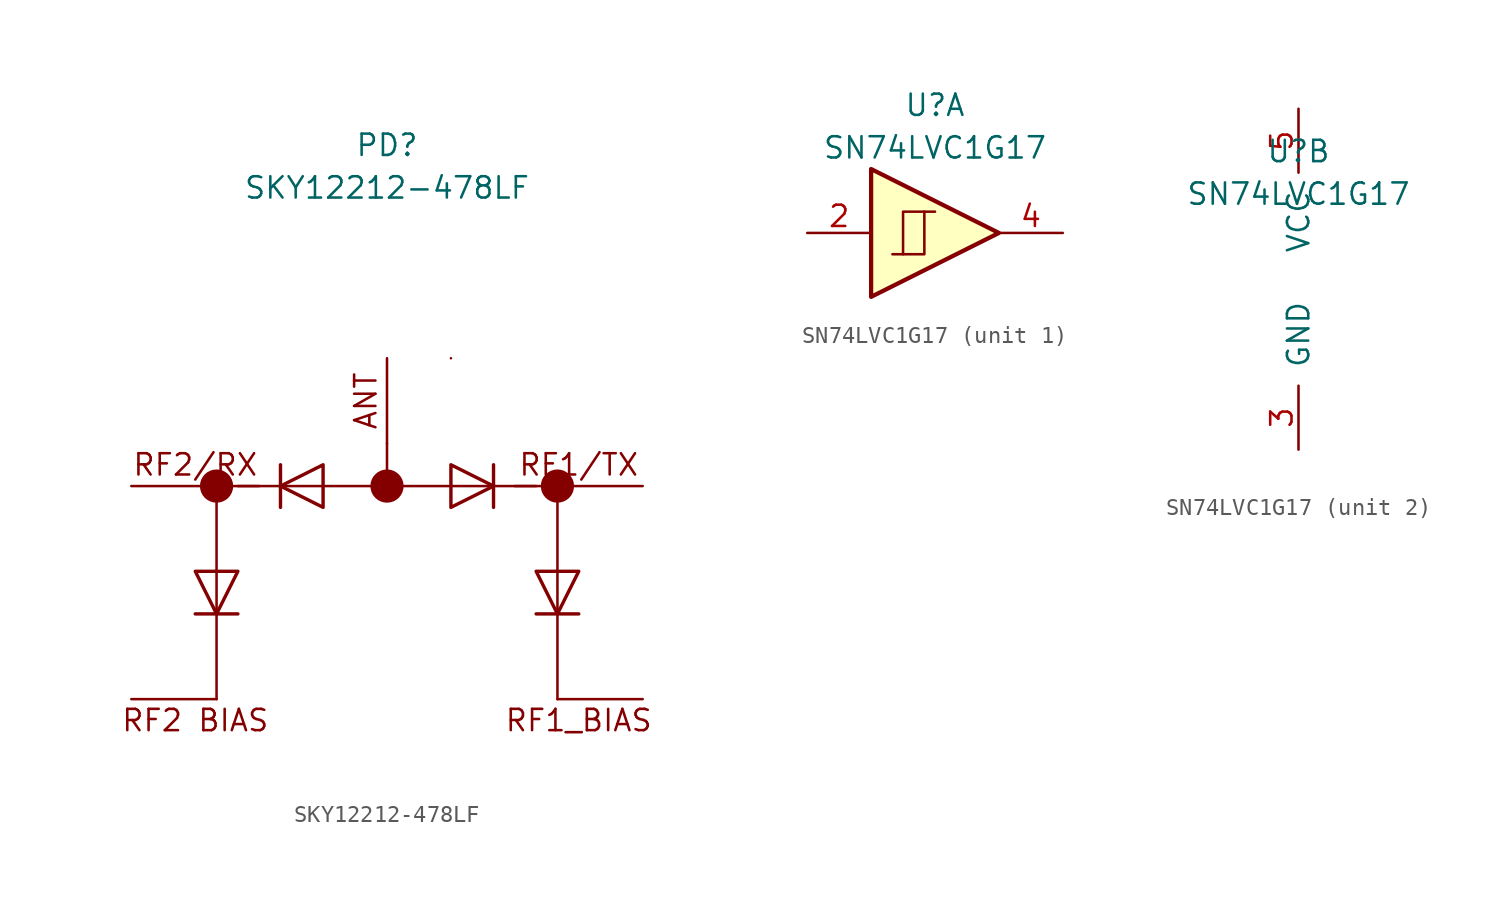
<source format=kicad_sym>
(kicad_symbol_lib
  (version 20211014)
  (generator kicad_symbol_editor)
  (symbol "SKY12212-478LF"
    (pin_numbers hide)
    (pin_names
      (offset 1.016) hide)
    (property "Reference" "PD"
      (at 0 20.32 0)
      (effects (font (size 1.27 1.27))))
    (property "Value" "SKY12212-478LF"
      (at 0 17.78 0)
      (effects (font (size 1.27 1.27))))
    (symbol "SKY12212-478LF_0_0"
      (polyline (pts (xy -10.16 -7.62) (xy -10.16 -12.7)) (stroke (width 0.152) (type default) (color 0 0 0 0)) (fill (type none)))
      (polyline (pts (xy -10.16 -5.08) (xy -10.16 0)) (stroke (width 0.152) (type default) (color 0 0 0 0)) (fill (type none)))
      (polyline (pts (xy 10.16 -7.62) (xy 10.16 -12.7)) (stroke (width 0.152) (type default) (color 0 0 0 0)) (fill (type none)))
      (polyline (pts (xy 10.16 -5.08) (xy 10.16 0)) (stroke (width 0.152) (type default) (color 0 0 0 0)) (fill (type none)))
      (text "ANT" (at -1.27 5.08 900) (effects (font (size 1.27 1.27))))
      (text "RF1/TX" (at 11.43 1.27 0) (effects (font (size 1.27 1.27))))
      (text "RF1_BIAS" (at 11.43 -13.97 0) (effects (font (size 1.27 1.27))))
      (text "RF2 BIAS" (at -11.43 -13.97 0) (effects (font (size 1.27 1.27))))
      (text "RF2/RX" (at -11.43 1.27 0) (effects (font (size 1.27 1.27)))))
    (symbol "SKY12212-478LF_0_1"
      (circle (center 0 0) (radius 0.0001) (stroke (width 0.991) (type default) (color 0 0 0 0)) (fill (type none)))
      (polyline (pts (xy -7.62 0) (xy -10.16 0)) (stroke (width 0) (type default) (color 0 0 0 0)) (fill (type none)))
      (polyline (pts (xy -6.35 0) (xy -8.89 0)) (stroke (width 0) (type default) (color 0 0 0 0)) (fill (type none)))
      (polyline (pts (xy -3.81 0) (xy 3.81 0)) (stroke (width 0) (type default) (color 0 0 0 0)) (fill (type none)))
      (polyline (pts (xy 0 0) (xy 0 2.54)) (stroke (width 0) (type default) (color 0 0 0 0)) (fill (type none)))
      (polyline (pts (xy 3.81 7.62) (xy 3.81 7.62)) (stroke (width 0) (type default) (color 0 0 0 0)) (fill (type none)))
      (polyline (pts (xy 6.35 0) (xy 8.89 0)) (stroke (width 0) (type default) (color 0 0 0 0)) (fill (type none)))
      (circle (center 10.16 0) (radius 0.0001) (stroke (width 0.991) (type default) (color 0 0 0 0)) (fill (type none))))
    (symbol "SKY12212-478LF_1_1"
      (circle (center -10.16 0) (radius 0.0001) (stroke (width 0.991) (type default) (color 0 0 0 0)) (fill (type none)))
      (polyline (pts (xy -11.43 -7.62) (xy -8.89 -7.62)) (stroke (width 0.203) (type default) (color 0 0 0 0)) (fill (type none)))
      (polyline (pts (xy -10.16 -5.08) (xy -10.16 -7.62)) (stroke (width 0) (type default) (color 0 0 0 0)) (fill (type none)))
      (polyline (pts (xy -6.35 1.27) (xy -6.35 -1.27)) (stroke (width 0.203) (type default) (color 0 0 0 0)) (fill (type none)))
      (polyline (pts (xy -3.81 0) (xy -6.35 0)) (stroke (width 0) (type default) (color 0 0 0 0)) (fill (type none)))
      (polyline (pts (xy 3.81 0) (xy 6.35 0)) (stroke (width 0) (type default) (color 0 0 0 0)) (fill (type none)))
      (polyline (pts (xy 6.35 -1.27) (xy 6.35 1.27)) (stroke (width 0.203) (type default) (color 0 0 0 0)) (fill (type none)))
      (polyline (pts (xy 7.62 0) (xy 10.16 0)) (stroke (width 0) (type default) (color 0 0 0 0)) (fill (type none)))
      (polyline (pts (xy 8.89 -7.62) (xy 11.43 -7.62)) (stroke (width 0.203) (type default) (color 0 0 0 0)) (fill (type none)))
      (polyline (pts (xy 10.16 -5.08) (xy 10.16 -7.62)) (stroke (width 0) (type default) (color 0 0 0 0)) (fill (type none)))
      (polyline (pts (xy -11.43 -5.08) (xy -8.89 -5.08) (xy -10.16 -7.62) (xy -11.43 -5.08)) (stroke (width 0.203) (type default) (color 0 0 0 0)) (fill (type none)))
      (polyline (pts (xy -3.81 1.27) (xy -3.81 -1.27) (xy -6.35 0) (xy -3.81 1.27)) (stroke (width 0.203) (type default) (color 0 0 0 0)) (fill (type none)))
      (polyline (pts (xy 3.81 -1.27) (xy 3.81 1.27) (xy 6.35 0) (xy 3.81 -1.27)) (stroke (width 0.203) (type default) (color 0 0 0 0)) (fill (type none)))
      (polyline (pts (xy 8.89 -5.08) (xy 11.43 -5.08) (xy 10.16 -7.62) (xy 8.89 -5.08)) (stroke (width 0.203) (type default) (color 0 0 0 0)) (fill (type none)))
      (pin power_in line (at 0 -12.7 90) (length 5.08) hide (name "GND" (effects (font (size 1.27 1.27)))) (number "1" (effects (font (size 1.27 1.27)))))
      (pin no_connect line (at 0 -12.7 90) (length 5.08) hide (name "NC" (effects (font (size 1.27 1.27)))) (number "10" (effects (font (size 1.27 1.27)))))
      (pin passive line (at 15.24 -12.7 180) (length 5.08) (name "BIAS2" (effects (font (size 1.27 1.27)))) (number "11" (effects (font (size 1.27 1.27)))))
      (pin no_connect line (at 0 -12.7 90) (length 5.08) hide (name "NC" (effects (font (size 1.27 1.27)))) (number "12" (effects (font (size 1.27 1.27)))))
      (pin power_in line (at 0 -12.7 90) (length 5.08) hide (name "GND" (effects (font (size 1.27 1.27)))) (number "13" (effects (font (size 1.27 1.27)))))
      (pin passive line (at 15.24 0 180) (length 5.08) (name "TX" (effects (font (size 1.27 1.27)))) (number "14" (effects (font (size 1.27 1.27)))))
      (pin power_in line (at 0 -12.7 90) (length 5.08) hide (name "GND" (effects (font (size 1.27 1.27)))) (number "15" (effects (font (size 1.27 1.27)))))
      (pin no_connect line (at 0 -12.7 90) (length 5.08) hide (name "NC" (effects (font (size 1.27 1.27)))) (number "16" (effects (font (size 1.27 1.27)))))
      (pin power_in line (at 0 -12.7 90) (length 5.08) hide (name "GND" (effects (font (size 1.27 1.27)))) (number "17" (effects (font (size 1.27 1.27)))))
      (pin passive line (at 0 7.62 270) (length 5.08) (name "RFC/ANT" (effects (font (size 1.27 1.27)))) (number "2" (effects (font (size 1.27 1.27)))))
      (pin power_in line (at 0 -12.7 90) (length 5.08) hide (name "GND" (effects (font (size 1.27 1.27)))) (number "3" (effects (font (size 1.27 1.27)))))
      (pin no_connect line (at 0 -12.7 90) (length 5.08) hide (name "NC" (effects (font (size 1.27 1.27)))) (number "4" (effects (font (size 1.27 1.27)))))
      (pin no_connect line (at 0 -12.7 90) (length 5.08) hide (name "NC" (effects (font (size 1.27 1.27)))) (number "5" (effects (font (size 1.27 1.27)))))
      (pin power_in line (at 0 -12.7 90) (length 5.08) hide (name "GND" (effects (font (size 1.27 1.27)))) (number "6" (effects (font (size 1.27 1.27)))))
      (pin passive line (at -15.24 0 0) (length 5.08) (name "RX" (effects (font (size 1.27 1.27)))) (number "7" (effects (font (size 1.27 1.27)))))
      (pin power_in line (at 0 -12.7 90) (length 5.08) hide (name "GND" (effects (font (size 1.27 1.27)))) (number "8" (effects (font (size 1.27 1.27)))))
      (pin passive line (at -15.24 -12.7 0) (length 5.08) (name "RX_BIAS" (effects (font (size 1.27 1.27)))) (number "9" (effects (font (size 1.27 1.27)))))))
  (symbol "SN74LVC1G17"
    (pin_names
      (offset 1.016))
    (property "Reference" "U"
      (at 0 7.62 0)
      (effects (font (size 1.27 1.27))))
    (property "Value" "SN74LVC1G17"
      (at 0 5.08 0)
      (effects (font (size 1.27 1.27))))
    (symbol "SN74LVC1G17_1_1"
      (polyline (pts (xy -1.905 -1.27) (xy -1.905 1.27) (xy -0.635 1.27)) (stroke (width 0) (type default) (color 0 0 0 0)) (fill (type none)))
      (polyline (pts (xy -3.81 3.81) (xy -3.81 -3.81) (xy 3.81 0) (xy -3.81 3.81)) (stroke (width 0.254) (type default) (color 0 0 0 0)) (fill (type background)))
      (polyline (pts (xy -2.54 -1.27) (xy -0.635 -1.27) (xy -0.635 1.27) (xy 0 1.27)) (stroke (width 0) (type default) (color 0 0 0 0)) (fill (type none)))
      (pin input line (at -7.62 0 0) (length 3.81) (name "~" (effects (font (size 1.27 1.27)))) (number "2" (effects (font (size 1.27 1.27)))))
      (pin output line (at 7.62 0 180) (length 3.81) (name "~" (effects (font (size 1.27 1.27)))) (number "4" (effects (font (size 1.27 1.27))))))
    (symbol "SN74LVC1G17_2_1"
      (pin no_connect line (at -2.54 -6.35 90) (length 3.81) hide (name "NC" (effects (font (size 1.27 1.27)))) (number "1" (effects (font (size 1.27 1.27)))))
      (pin power_in line (at 0 -10.16 90) (length 3.81) (name "GND" (effects (font (size 1.27 1.27)))) (number "3" (effects (font (size 1.27 1.27)))))
      (pin power_in line (at 0 10.16 270) (length 3.81) (name "VCC" (effects (font (size 1.27 1.27)))) (number "5" (effects (font (size 1.27 1.27))))))))
</source>
